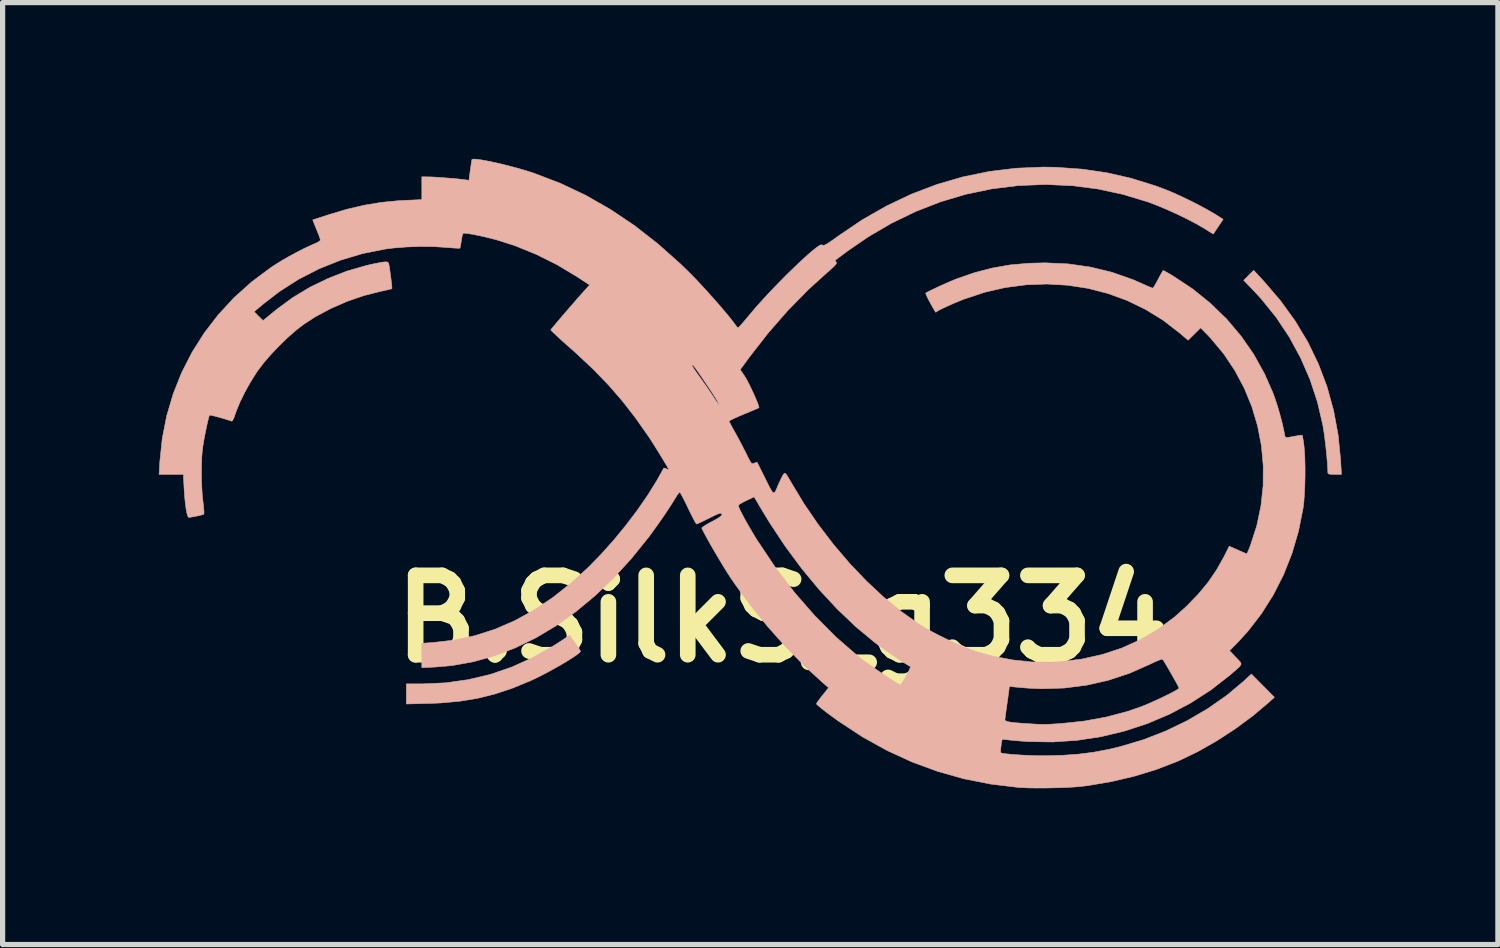
<source format=kicad_pcb>
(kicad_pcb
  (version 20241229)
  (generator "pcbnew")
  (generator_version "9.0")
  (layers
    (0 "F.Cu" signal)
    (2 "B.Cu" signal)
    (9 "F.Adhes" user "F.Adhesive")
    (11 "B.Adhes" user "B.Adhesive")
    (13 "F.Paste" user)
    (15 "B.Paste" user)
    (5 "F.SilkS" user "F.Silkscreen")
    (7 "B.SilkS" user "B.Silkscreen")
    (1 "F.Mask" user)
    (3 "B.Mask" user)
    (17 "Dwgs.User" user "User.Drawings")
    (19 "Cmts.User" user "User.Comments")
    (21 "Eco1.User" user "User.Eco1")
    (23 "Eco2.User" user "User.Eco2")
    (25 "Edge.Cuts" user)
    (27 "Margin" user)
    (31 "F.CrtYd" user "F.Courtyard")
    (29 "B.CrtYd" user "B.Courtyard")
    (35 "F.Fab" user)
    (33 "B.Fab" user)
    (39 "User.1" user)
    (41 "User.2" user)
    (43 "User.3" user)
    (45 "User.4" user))
  (footprint "B.SilkS_g334"
    (layer "F.Cu")
    (at 11.971 8.833)
    (property "Reference" "B.SilkS_g334" (at 0 0 0) (layer "F.SilkS") (effects (font (size 1.524 1.524) (thickness 0.3))))
    (attr through_hole)
    (fp_poly (pts (xy -3.98 0.461) (xy -3.932 0.529) (xy -3.895 0.585) (xy -3.876 0.619) (xy -3.874 0.624) (xy -3.892 0.648) (xy -3.942 0.688) (xy -4.018 0.74) (xy -4.116 0.802) (xy -4.23 0.871) (xy -4.355 0.942) (xy -4.485 1.014) (xy -4.614 1.082) (xy -4.737 1.143) (xy -4.826 1.185) (xy -5.175 1.329) (xy -5.513 1.442) (xy -5.85 1.526) (xy -6.198 1.583) (xy -6.566 1.616) (xy -6.768 1.624) (xy -7.218 1.635) (xy -7.218 1.249) (xy -6.91 1.249) (xy -6.465 1.229) (xy -6.031 1.168) (xy -5.607 1.068) (xy -5.194 0.926) (xy -4.79 0.743) (xy -4.393 0.518) (xy -4.292 0.454) (xy -4.085 0.318) (xy -3.98 0.461)) (stroke (width 0.01) (type solid)) (fill yes) (layer "B.SilkS"))
    (fp_poly (pts (xy 9.246 -6.484) (xy 9.568 -6.108) (xy 9.851 -5.717) (xy 10.094 -5.312) (xy 10.297 -4.891) (xy 10.462 -4.454) (xy 10.587 -4.001) (xy 10.674 -3.531) (xy 10.723 -3.043) (xy 10.723 -3.027) (xy 10.738 -2.773) (xy 10.608 -2.773) (xy 10.535 -2.775) (xy 10.495 -2.782) (xy 10.479 -2.797) (xy 10.477 -2.81) (xy 10.474 -2.903) (xy 10.465 -3.026) (xy 10.452 -3.17) (xy 10.436 -3.322) (xy 10.418 -3.472) (xy 10.399 -3.608) (xy 10.381 -3.718) (xy 10.278 -4.161) (xy 10.136 -4.592) (xy 9.955 -5.009) (xy 9.739 -5.407) (xy 9.488 -5.785) (xy 9.204 -6.137) (xy 9.068 -6.285) (xy 8.861 -6.501) (xy 8.957 -6.596) (xy 9.053 -6.692) (xy 9.246 -6.484)) (stroke (width 0.01) (type solid)) (fill yes) (layer "B.SilkS"))
    (fp_poly (pts (xy -5.875 -8.826) (xy -5.787 -8.814) (xy -5.674 -8.794) (xy -5.542 -8.767) (xy -5.397 -8.734) (xy -5.244 -8.696) (xy -5.089 -8.655) (xy -4.937 -8.611) (xy -4.794 -8.566) (xy -4.763 -8.555) (xy -4.262 -8.364) (xy -3.774 -8.133) (xy -3.3 -7.862) (xy -2.837 -7.551) (xy -2.387 -7.2) (xy -1.948 -6.809) (xy -1.764 -6.629) (xy -1.665 -6.528) (xy -1.556 -6.411) (xy -1.44 -6.285) (xy -1.323 -6.154) (xy -1.21 -6.026) (xy -1.106 -5.904) (xy -1.016 -5.796) (xy -0.946 -5.707) (xy -0.899 -5.643) (xy -0.899 -5.643) (xy -0.869 -5.604) (xy -0.848 -5.588) (xy -0.848 -5.588) (xy -0.83 -5.604) (xy -0.79 -5.647) (xy -0.733 -5.712) (xy -0.664 -5.795) (xy -0.602 -5.868) (xy -0.499 -5.99) (xy -0.372 -6.131) (xy -0.23 -6.284) (xy -0.078 -6.442) (xy 0.077 -6.599) (xy 0.229 -6.747) (xy 0.37 -6.881) (xy 0.494 -6.994) (xy 0.556 -7.047) (xy 0.639 -7.115) (xy 0.697 -7.158) (xy 0.736 -7.179) (xy 0.76 -7.182) (xy 0.772 -7.176) (xy 0.789 -7.171) (xy 0.818 -7.178) (xy 0.862 -7.202) (xy 0.928 -7.245) (xy 1.019 -7.309) (xy 1.083 -7.355) (xy 1.536 -7.662) (xy 2.003 -7.928) (xy 2.48 -8.155) (xy 2.969 -8.341) (xy 3.467 -8.486) (xy 3.975 -8.59) (xy 4.49 -8.653) (xy 5.013 -8.675) (xy 5.249 -8.671) (xy 5.749 -8.636) (xy 6.23 -8.567) (xy 6.699 -8.46) (xy 7.161 -8.316) (xy 7.366 -8.24) (xy 7.512 -8.179) (xy 7.677 -8.104) (xy 7.851 -8.02) (xy 8.021 -7.933) (xy 8.177 -7.848) (xy 8.307 -7.773) (xy 8.324 -7.762) (xy 8.466 -7.672) (xy 8.371 -7.53) (xy 8.277 -7.389) (xy 8.102 -7.498) (xy 7.957 -7.582) (xy 7.783 -7.673) (xy 7.593 -7.766) (xy 7.397 -7.855) (xy 7.207 -7.935) (xy 7.036 -8.001) (xy 7.014 -8.008) (xy 6.536 -8.152) (xy 6.056 -8.255) (xy 5.57 -8.317) (xy 5.073 -8.34) (xy 5.038 -8.34) (xy 4.526 -8.319) (xy 4.022 -8.256) (xy 3.527 -8.153) (xy 3.041 -8.008) (xy 2.565 -7.823) (xy 2.1 -7.598) (xy 1.647 -7.333) (xy 1.253 -7.062) (xy 1.169 -6.999) (xy 1.097 -6.946) (xy 1.045 -6.908) (xy 1.02 -6.889) (xy 1.018 -6.887) (xy 1.023 -6.868) (xy 1.035 -6.85) (xy 1.041 -6.83) (xy 1.027 -6.803) (xy 0.988 -6.762) (xy 0.927 -6.708) (xy 0.504 -6.326) (xy 0.105 -5.919) (xy -0.276 -5.482) (xy -0.643 -5.01) (xy -0.664 -4.98) (xy -0.807 -4.785) (xy -0.723 -4.661) (xy -0.69 -4.607) (xy -0.65 -4.531) (xy -0.605 -4.441) (xy -0.56 -4.346) (xy -0.518 -4.252) (xy -0.483 -4.168) (xy -0.458 -4.102) (xy -0.447 -4.062) (xy -0.448 -4.054) (xy -0.469 -4.043) (xy -0.523 -4.02) (xy -0.601 -3.987) (xy -0.697 -3.947) (xy -0.741 -3.929) (xy -0.842 -3.886) (xy -0.926 -3.848) (xy -0.988 -3.818) (xy -1.02 -3.799) (xy -1.022 -3.795) (xy -1.011 -3.771) (xy -0.983 -3.718) (xy -0.943 -3.644) (xy -0.9 -3.567) (xy -0.838 -3.455) (xy -0.772 -3.33) (xy -0.712 -3.212) (xy -0.686 -3.16) (xy -0.643 -3.072) (xy -0.613 -3.017) (xy -0.591 -2.988) (xy -0.572 -2.979) (xy -0.55 -2.984) (xy -0.539 -2.989) (xy -0.499 -3.003) (xy -0.481 -3.004) (xy -0.471 -2.983) (xy -0.445 -2.931) (xy -0.407 -2.855) (xy -0.361 -2.763) (xy -0.345 -2.731) (xy -0.282 -2.603) (xy -0.235 -2.511) (xy -0.2 -2.451) (xy -0.174 -2.422) (xy -0.153 -2.421) (xy -0.133 -2.445) (xy -0.11 -2.492) (xy -0.083 -2.558) (xy -0.046 -2.642) (xy -0.011 -2.715) (xy 0.017 -2.765) (xy 0.023 -2.774) (xy 0.039 -2.793) (xy 0.053 -2.796) (xy 0.072 -2.781) (xy 0.099 -2.741) (xy 0.14 -2.672) (xy 0.169 -2.622) (xy 0.419 -2.208) (xy 0.693 -1.808) (xy 0.986 -1.425) (xy 1.295 -1.063) (xy 1.616 -0.726) (xy 1.946 -0.418) (xy 2.281 -0.143) (xy 2.616 0.095) (xy 2.709 0.154) (xy 2.838 0.228) (xy 2.994 0.31) (xy 3.165 0.394) (xy 3.341 0.475) (xy 3.508 0.547) (xy 3.657 0.604) (xy 3.709 0.623) (xy 4.058 0.72) (xy 4.423 0.789) (xy 4.794 0.828) (xy 5.157 0.834) (xy 5.324 0.825) (xy 5.744 0.774) (xy 6.142 0.686) (xy 6.521 0.561) (xy 6.879 0.399) (xy 7.217 0.2) (xy 7.535 -0.036) (xy 7.765 -0.243) (xy 7.987 -0.472) (xy 8.176 -0.7) (xy 8.338 -0.936) (xy 8.481 -1.191) (xy 8.493 -1.214) (xy 8.583 -1.394) (xy 8.748 -1.322) (xy 8.824 -1.289) (xy 8.883 -1.263) (xy 8.917 -1.25) (xy 8.921 -1.249) (xy 8.931 -1.267) (xy 8.953 -1.316) (xy 8.981 -1.386) (xy 8.991 -1.413) (xy 9.112 -1.787) (xy 9.192 -2.169) (xy 9.234 -2.555) (xy 9.236 -2.941) (xy 9.201 -3.325) (xy 9.128 -3.703) (xy 9.019 -4.071) (xy 8.873 -4.427) (xy 8.692 -4.767) (xy 8.477 -5.089) (xy 8.227 -5.388) (xy 8.173 -5.445) (xy 8.034 -5.588) (xy 7.914 -5.469) (xy 7.794 -5.35) (xy 7.627 -5.492) (xy 7.312 -5.735) (xy 6.975 -5.942) (xy 6.621 -6.114) (xy 6.252 -6.248) (xy 5.871 -6.346) (xy 5.48 -6.406) (xy 5.083 -6.429) (xy 4.682 -6.414) (xy 4.28 -6.361) (xy 3.881 -6.269) (xy 3.485 -6.137) (xy 3.33 -6.074) (xy 3.228 -6.03) (xy 3.135 -5.987) (xy 3.06 -5.952) (xy 3.013 -5.928) (xy 3.012 -5.927) (xy 2.945 -5.887) (xy 2.893 -5.976) (xy 2.847 -6.059) (xy 2.805 -6.136) (xy 2.774 -6.201) (xy 2.757 -6.243) (xy 2.755 -6.254) (xy 2.785 -6.273) (xy 2.845 -6.303) (xy 2.928 -6.343) (xy 3.023 -6.388) (xy 3.124 -6.433) (xy 3.221 -6.476) (xy 3.307 -6.512) (xy 3.344 -6.527) (xy 3.693 -6.647) (xy 4.033 -6.736) (xy 4.375 -6.796) (xy 4.733 -6.828) (xy 5.048 -6.836) (xy 5.489 -6.816) (xy 5.916 -6.755) (xy 6.33 -6.655) (xy 6.732 -6.514) (xy 6.913 -6.435) (xy 6.994 -6.398) (xy 7.061 -6.37) (xy 7.104 -6.353) (xy 7.115 -6.35) (xy 7.132 -6.368) (xy 7.161 -6.415) (xy 7.199 -6.483) (xy 7.218 -6.519) (xy 7.257 -6.594) (xy 7.29 -6.652) (xy 7.311 -6.685) (xy 7.316 -6.689) (xy 7.339 -6.678) (xy 7.389 -6.651) (xy 7.459 -6.611) (xy 7.506 -6.582) (xy 7.881 -6.334) (xy 8.224 -6.057) (xy 8.535 -5.755) (xy 8.812 -5.427) (xy 9.056 -5.075) (xy 9.264 -4.699) (xy 9.419 -4.347) (xy 9.466 -4.217) (xy 9.515 -4.067) (xy 9.56 -3.91) (xy 9.6 -3.758) (xy 9.63 -3.626) (xy 9.642 -3.562) (xy 9.653 -3.507) (xy 9.669 -3.483) (xy 9.699 -3.481) (xy 9.712 -3.483) (xy 9.83 -3.505) (xy 9.912 -3.519) (xy 9.961 -3.526) (xy 9.983 -3.527) (xy 9.985 -3.526) (xy 9.99 -3.505) (xy 10 -3.451) (xy 10.012 -3.377) (xy 10.015 -3.353) (xy 10.027 -3.239) (xy 10.035 -3.093) (xy 10.039 -2.925) (xy 10.039 -2.746) (xy 10.035 -2.566) (xy 10.027 -2.395) (xy 10.016 -2.243) (xy 10.002 -2.127) (xy 9.914 -1.685) (xy 9.789 -1.259) (xy 9.628 -0.851) (xy 9.432 -0.464) (xy 9.203 -0.101) (xy 8.942 0.238) (xy 8.749 0.449) (xy 8.589 0.612) (xy 8.712 0.741) (xy 8.761 0.791) (xy 8.795 0.828) (xy 8.81 0.857) (xy 8.805 0.887) (xy 8.778 0.922) (xy 8.725 0.97) (xy 8.646 1.038) (xy 8.594 1.082) (xy 8.232 1.365) (xy 7.846 1.614) (xy 7.438 1.83) (xy 7.012 2.011) (xy 6.57 2.156) (xy 6.117 2.264) (xy 5.655 2.334) (xy 5.187 2.365) (xy 4.717 2.357) (xy 4.636 2.351) (xy 4.519 2.342) (xy 4.414 2.332) (xy 4.33 2.324) (xy 4.276 2.317) (xy 4.262 2.315) (xy 4.237 2.312) (xy 4.221 2.327) (xy 4.211 2.366) (xy 4.202 2.434) (xy 4.195 2.503) (xy 4.192 2.553) (xy 4.194 2.571) (xy 4.224 2.581) (xy 4.29 2.591) (xy 4.384 2.601) (xy 4.501 2.61) (xy 4.632 2.618) (xy 4.772 2.624) (xy 4.913 2.628) (xy 5.038 2.629) (xy 5.375 2.621) (xy 5.686 2.599) (xy 5.983 2.561) (xy 6.28 2.504) (xy 6.498 2.452) (xy 6.938 2.32) (xy 7.367 2.153) (xy 7.779 1.954) (xy 8.171 1.725) (xy 8.536 1.47) (xy 8.87 1.19) (xy 8.902 1.16) (xy 9.009 1.06) (xy 9.451 1.506) (xy 9.345 1.602) (xy 9.037 1.862) (xy 8.7 2.111) (xy 8.345 2.342) (xy 7.983 2.548) (xy 7.624 2.721) (xy 7.578 2.741) (xy 7.177 2.895) (xy 6.751 3.025) (xy 6.309 3.128) (xy 5.864 3.203) (xy 5.747 3.217) (xy 5.616 3.229) (xy 5.456 3.238) (xy 5.277 3.244) (xy 5.089 3.248) (xy 4.906 3.249) (xy 4.736 3.247) (xy 4.593 3.241) (xy 4.54 3.238) (xy 4.007 3.174) (xy 3.489 3.072) (xy 2.985 2.93) (xy 2.493 2.749) (xy 2.012 2.528) (xy 1.541 2.267) (xy 1.08 1.964) (xy 1.048 1.941) (xy 4.276 1.941) (xy 4.286 1.958) (xy 4.32 1.972) (xy 4.381 1.984) (xy 4.474 1.995) (xy 4.603 2.005) (xy 4.672 2.01) (xy 4.802 2.018) (xy 4.901 2.024) (xy 4.98 2.027) (xy 5.049 2.027) (xy 5.121 2.025) (xy 5.205 2.02) (xy 5.314 2.013) (xy 5.361 2.01) (xy 5.795 1.964) (xy 6.217 1.887) (xy 6.62 1.781) (xy 6.858 1.7) (xy 6.951 1.664) (xy 7.057 1.619) (xy 7.17 1.568) (xy 7.283 1.516) (xy 7.39 1.464) (xy 7.483 1.417) (xy 7.557 1.376) (xy 7.605 1.347) (xy 7.62 1.332) (xy 7.61 1.308) (xy 7.583 1.256) (xy 7.543 1.183) (xy 7.496 1.099) (xy 7.445 1.01) (xy 7.396 0.925) (xy 7.353 0.853) (xy 7.32 0.8) (xy 7.303 0.776) (xy 7.279 0.778) (xy 7.225 0.797) (xy 7.15 0.829) (xy 7.067 0.869) (xy 6.672 1.044) (xy 6.262 1.18) (xy 5.842 1.275) (xy 5.414 1.329) (xy 4.981 1.343) (xy 4.741 1.332) (xy 4.629 1.324) (xy 4.53 1.315) (xy 4.452 1.308) (xy 4.405 1.301) (xy 4.397 1.3) (xy 4.367 1.298) (xy 4.36 1.306) (xy 4.357 1.333) (xy 4.35 1.393) (xy 4.338 1.479) (xy 4.324 1.583) (xy 4.318 1.62) (xy 4.303 1.728) (xy 4.29 1.823) (xy 4.281 1.895) (xy 4.276 1.936) (xy 4.276 1.941) (xy 1.048 1.941) (xy 0.863 1.805) (xy 0.783 1.744) (xy 0.718 1.691) (xy 0.673 1.652) (xy 0.656 1.632) (xy 0.656 1.632) (xy 0.669 1.608) (xy 0.702 1.561) (xy 0.75 1.498) (xy 0.773 1.469) (xy 0.89 1.323) (xy 0.757 1.207) (xy 0.407 0.885) (xy 0.059 0.528) (xy -0.28 0.148) (xy -0.601 -0.249) (xy -0.898 -0.653) (xy -0.992 -0.79) (xy -1.044 -0.87) (xy -1.106 -0.969) (xy -1.174 -1.081) (xy -1.245 -1.2) (xy -1.316 -1.321) (xy -1.383 -1.437) (xy -1.442 -1.543) (xy -1.491 -1.633) (xy -1.526 -1.7) (xy -1.544 -1.739) (xy -1.545 -1.745) (xy -1.527 -1.763) (xy -1.479 -1.795) (xy -1.409 -1.836) (xy -1.345 -1.87) (xy -1.246 -1.925) (xy -1.184 -1.966) (xy -1.158 -1.994) (xy -1.157 -2.003) (xy -1.167 -2.02) (xy -1.182 -2.028) (xy -1.21 -2.023) (xy -1.256 -2.005) (xy -1.329 -1.971) (xy -1.418 -1.926) (xy -1.504 -1.884) (xy -1.577 -1.849) (xy -1.627 -1.827) (xy -1.646 -1.82) (xy -1.66 -1.838) (xy -1.689 -1.889) (xy -1.728 -1.964) (xy -1.775 -2.059) (xy -1.808 -2.127) (xy -1.833 -2.18) (xy -0.843 -2.18) (xy -0.837 -2.15) (xy -0.811 -2.091) (xy -0.768 -2.006) (xy -0.713 -1.902) (xy -0.646 -1.784) (xy -0.573 -1.659) (xy -0.495 -1.531) (xy -0.477 -1.503) (xy -0.132 -0.987) (xy 0.235 -0.506) (xy 0.624 -0.06) (xy 1.032 0.35) (xy 1.461 0.723) (xy 1.471 0.731) (xy 1.53 0.776) (xy 1.609 0.834) (xy 1.703 0.901) (xy 1.806 0.973) (xy 1.912 1.045) (xy 2.014 1.114) (xy 2.106 1.175) (xy 2.183 1.224) (xy 2.238 1.257) (xy 2.264 1.27) (xy 2.265 1.27) (xy 2.282 1.253) (xy 2.314 1.207) (xy 2.355 1.139) (xy 2.38 1.096) (xy 2.421 1.02) (xy 2.449 0.96) (xy 2.461 0.923) (xy 2.459 0.915) (xy 2.427 0.898) (xy 2.369 0.862) (xy 2.289 0.81) (xy 2.195 0.748) (xy 2.094 0.68) (xy 1.994 0.61) (xy 1.899 0.544) (xy 1.819 0.485) (xy 1.769 0.448) (xy 1.408 0.148) (xy 1.053 -0.191) (xy 0.707 -0.564) (xy 0.373 -0.967) (xy 0.056 -1.395) (xy -0.242 -1.845) (xy -0.369 -2.054) (xy -0.54 -2.342) (xy -0.688 -2.272) (xy -0.759 -2.236) (xy -0.814 -2.204) (xy -0.842 -2.183) (xy -0.843 -2.18) (xy -1.833 -2.18) (xy -1.858 -2.231) (xy -1.903 -2.32) (xy -1.939 -2.387) (xy -1.962 -2.426) (xy -1.969 -2.434) (xy -1.988 -2.417) (xy -2.019 -2.374) (xy -2.044 -2.334) (xy -2.106 -2.233) (xy -2.186 -2.108) (xy -2.279 -1.969) (xy -2.378 -1.827) (xy -2.476 -1.69) (xy -2.558 -1.578) (xy -2.891 -1.164) (xy -3.237 -0.786) (xy -3.595 -0.443) (xy -3.965 -0.136) (xy -4.344 0.134) (xy -4.732 0.365) (xy -5.127 0.558) (xy -5.528 0.712) (xy -5.934 0.825) (xy -6.344 0.898) (xy -6.652 0.925) (xy -6.921 0.938) (xy -6.921 0.47) (xy -6.705 0.455) (xy -6.298 0.408) (xy -5.902 0.323) (xy -5.517 0.2) (xy -5.14 0.037) (xy -4.77 -0.166) (xy -4.406 -0.409) (xy -4.048 -0.693) (xy -3.72 -0.992) (xy -3.478 -1.24) (xy -3.236 -1.511) (xy -3.002 -1.796) (xy -2.781 -2.088) (xy -2.581 -2.378) (xy -2.408 -2.656) (xy -2.357 -2.748) (xy -2.319 -2.816) (xy -2.29 -2.868) (xy -2.275 -2.895) (xy -2.274 -2.896) (xy -2.254 -2.893) (xy -2.224 -2.88) (xy -2.191 -2.865) (xy -2.18 -2.867) (xy -2.191 -2.89) (xy -2.22 -2.943) (xy -2.264 -3.017) (xy -2.318 -3.107) (xy -2.379 -3.206) (xy -2.442 -3.307) (xy -2.502 -3.402) (xy -2.557 -3.486) (xy -2.568 -3.503) (xy -2.816 -3.856) (xy -3.07 -4.183) (xy -3.339 -4.493) (xy -3.632 -4.795) (xy -3.716 -4.874) (xy -1.735 -4.874) (xy -1.723 -4.847) (xy -1.691 -4.794) (xy -1.644 -4.725) (xy -1.606 -4.673) (xy -1.535 -4.574) (xy -1.454 -4.459) (xy -1.377 -4.346) (xy -1.348 -4.302) (xy -1.282 -4.203) (xy -1.238 -4.14) (xy -1.216 -4.112) (xy -1.214 -4.119) (xy -1.233 -4.16) (xy -1.241 -4.175) (xy -1.264 -4.215) (xy -1.307 -4.282) (xy -1.363 -4.369) (xy -1.428 -4.466) (xy -1.497 -4.568) (xy -1.563 -4.665) (xy -1.623 -4.751) (xy -1.67 -4.817) (xy -1.693 -4.847) (xy -1.721 -4.876) (xy -1.735 -4.876) (xy -1.735 -4.874) (xy -3.716 -4.874) (xy -3.955 -5.098) (xy -4.038 -5.172) (xy -4.148 -5.269) (xy -4.247 -5.358) (xy -4.33 -5.435) (xy -4.394 -5.494) (xy -4.433 -5.533) (xy -4.445 -5.547) (xy -4.432 -5.566) (xy -4.395 -5.611) (xy -4.338 -5.679) (xy -4.267 -5.763) (xy -4.185 -5.859) (xy -4.096 -5.962) (xy -4.005 -6.066) (xy -3.917 -6.168) (xy -3.834 -6.261) (xy -3.762 -6.341) (xy -3.741 -6.365) (xy -3.699 -6.411) (xy -3.94 -6.569) (xy -4.323 -6.799) (xy -4.724 -6.999) (xy -5.132 -7.165) (xy -5.45 -7.267) (xy -5.576 -7.301) (xy -5.704 -7.333) (xy -5.827 -7.36) (xy -5.938 -7.382) (xy -6.03 -7.398) (xy -6.096 -7.405) (xy -6.129 -7.403) (xy -6.131 -7.402) (xy -6.141 -7.374) (xy -6.153 -7.318) (xy -6.163 -7.256) (xy -6.174 -7.187) (xy -6.184 -7.136) (xy -6.19 -7.117) (xy -6.213 -7.116) (xy -6.27 -7.118) (xy -6.353 -7.124) (xy -6.455 -7.132) (xy -6.481 -7.134) (xy -6.705 -7.148) (xy -6.953 -7.15) (xy -7.208 -7.141) (xy -7.453 -7.122) (xy -7.62 -7.101) (xy -8.057 -7.014) (xy -8.482 -6.887) (xy -8.892 -6.723) (xy -9.284 -6.522) (xy -9.654 -6.286) (xy -9.944 -6.063) (xy -10.142 -5.898) (xy -10.056 -5.813) (xy -9.97 -5.727) (xy -9.919 -5.769) (xy -9.881 -5.8) (xy -9.82 -5.85) (xy -9.746 -5.91) (xy -9.702 -5.946) (xy -9.401 -6.168) (xy -9.07 -6.367) (xy -8.717 -6.538) (xy -8.351 -6.68) (xy -7.978 -6.787) (xy -7.859 -6.814) (xy -7.743 -6.837) (xy -7.662 -6.851) (xy -7.609 -6.855) (xy -7.577 -6.849) (xy -7.56 -6.83) (xy -7.552 -6.799) (xy -7.548 -6.779) (xy -7.527 -6.634) (xy -7.511 -6.513) (xy -7.5 -6.42) (xy -7.495 -6.361) (xy -7.496 -6.34) (xy -7.519 -6.332) (xy -7.575 -6.319) (xy -7.654 -6.301) (xy -7.726 -6.285) (xy -8.041 -6.205) (xy -8.36 -6.094) (xy -8.671 -5.958) (xy -8.963 -5.802) (xy -9.186 -5.658) (xy -9.336 -5.542) (xy -9.498 -5.4) (xy -9.661 -5.242) (xy -9.817 -5.078) (xy -9.958 -4.915) (xy -10.073 -4.763) (xy -10.095 -4.731) (xy -10.212 -4.545) (xy -10.319 -4.353) (xy -10.411 -4.166) (xy -10.482 -3.995) (xy -10.503 -3.934) (xy -10.528 -3.864) (xy -10.552 -3.815) (xy -10.57 -3.795) (xy -10.572 -3.796) (xy -10.641 -3.819) (xy -10.724 -3.844) (xy -10.81 -3.869) (xy -10.89 -3.89) (xy -10.953 -3.906) (xy -10.991 -3.912) (xy -10.997 -3.912) (xy -11.008 -3.885) (xy -11.024 -3.825) (xy -11.044 -3.74) (xy -11.065 -3.639) (xy -11.087 -3.532) (xy -11.107 -3.425) (xy -11.123 -3.329) (xy -11.133 -3.26) (xy -11.146 -3.112) (xy -11.152 -2.935) (xy -11.153 -2.745) (xy -11.148 -2.556) (xy -11.137 -2.381) (xy -11.123 -2.245) (xy -11.111 -2.152) (xy -11.105 -2.076) (xy -11.104 -2.025) (xy -11.107 -2.01) (xy -11.134 -1.999) (xy -11.189 -1.985) (xy -11.258 -1.97) (xy -11.326 -1.957) (xy -11.38 -1.949) (xy -11.398 -1.947) (xy -11.414 -1.968) (xy -11.431 -2.024) (xy -11.448 -2.112) (xy -11.463 -2.224) (xy -11.476 -2.355) (xy -11.486 -2.5) (xy -11.487 -2.524) (xy -11.5 -2.773) (xy -11.966 -2.773) (xy -11.952 -3.017) (xy -11.905 -3.465) (xy -11.819 -3.901) (xy -11.694 -4.324) (xy -11.531 -4.732) (xy -11.331 -5.122) (xy -11.096 -5.493) (xy -10.827 -5.842) (xy -10.525 -6.168) (xy -10.191 -6.468) (xy -9.827 -6.74) (xy -9.737 -6.8) (xy -9.613 -6.877) (xy -9.47 -6.959) (xy -9.32 -7.04) (xy -9.175 -7.114) (xy -9.047 -7.174) (xy -8.991 -7.198) (xy -8.927 -7.227) (xy -8.883 -7.255) (xy -8.869 -7.272) (xy -8.877 -7.307) (xy -8.896 -7.361) (xy -8.901 -7.375) (xy -8.929 -7.443) (xy -8.962 -7.524) (xy -8.975 -7.557) (xy -9.016 -7.661) (xy -8.694 -7.765) (xy -8.348 -7.868) (xy -8.02 -7.944) (xy -7.699 -7.997) (xy -7.37 -8.029) (xy -7.234 -8.036) (xy -6.921 -8.05) (xy -6.921 -8.488) (xy -6.81 -8.487) (xy -6.736 -8.485) (xy -6.632 -8.48) (xy -6.511 -8.471) (xy -6.384 -8.461) (xy -6.263 -8.451) (xy -6.162 -8.44) (xy -6.104 -8.433) (xy -6.016 -8.42) (xy -5.991 -8.608) (xy -5.979 -8.694) (xy -5.968 -8.765) (xy -5.961 -8.81) (xy -5.959 -8.819) (xy -5.935 -8.828) (xy -5.875 -8.826)) (stroke (width 0.01) (type solid)) (fill yes) (layer "B.SilkS")))
  (gr_rect
    (start -3 -3)
    (end 25.713 15.087)
    (stroke (width 0.1) (type default))
    (fill no)
    (layer "Edge.Cuts")))
</source>
